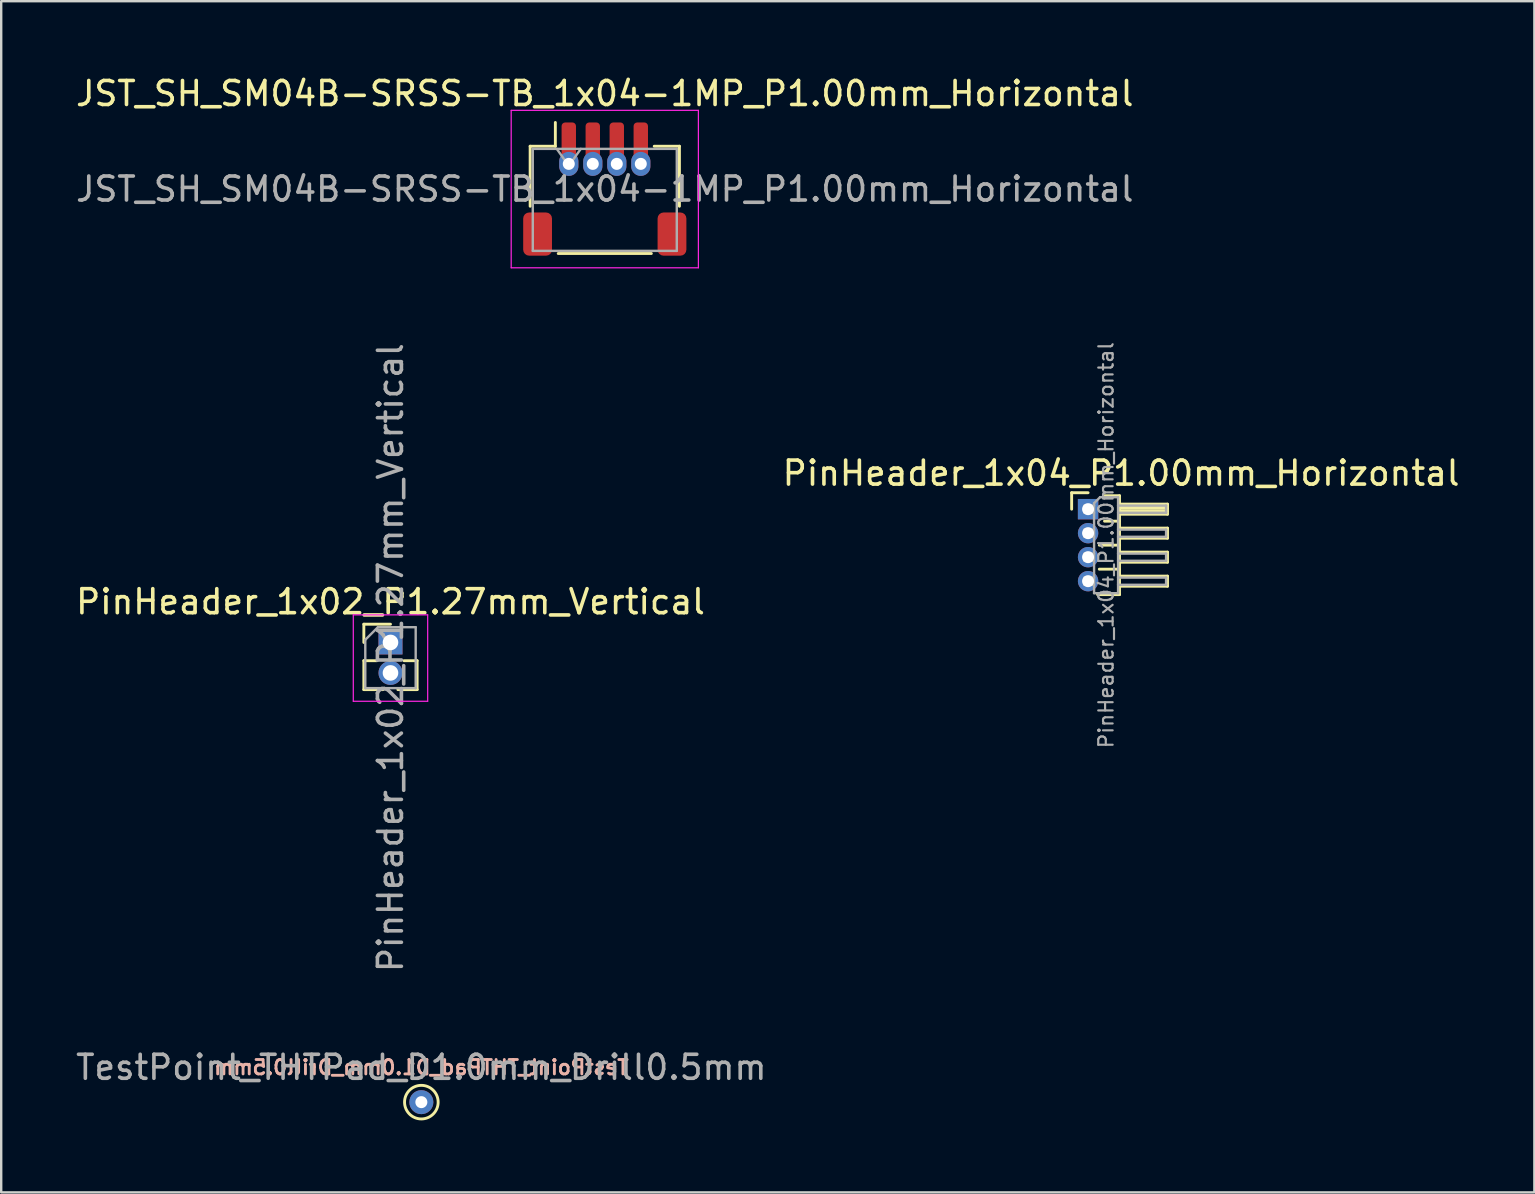
<source format=kicad_pcb>
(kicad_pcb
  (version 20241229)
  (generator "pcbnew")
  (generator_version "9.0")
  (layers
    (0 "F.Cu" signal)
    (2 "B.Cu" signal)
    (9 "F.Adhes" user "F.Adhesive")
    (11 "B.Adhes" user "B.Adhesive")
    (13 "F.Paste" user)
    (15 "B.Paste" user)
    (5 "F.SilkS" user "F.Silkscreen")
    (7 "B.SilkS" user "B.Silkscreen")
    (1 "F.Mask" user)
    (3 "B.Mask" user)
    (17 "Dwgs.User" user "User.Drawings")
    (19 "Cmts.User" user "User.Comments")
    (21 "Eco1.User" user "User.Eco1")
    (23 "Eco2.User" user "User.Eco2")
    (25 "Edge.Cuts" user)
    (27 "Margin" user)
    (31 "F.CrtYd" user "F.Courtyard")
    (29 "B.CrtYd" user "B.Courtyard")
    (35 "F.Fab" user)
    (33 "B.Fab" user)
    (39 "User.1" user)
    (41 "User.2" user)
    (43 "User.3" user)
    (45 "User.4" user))
  (footprint "TestPoint_THTPad_D1.0mm_Drill0.5mm"
    (layer "F.Cu")
    (at 14.506 42.872)
    (property "Reference" "TestPoint_THTPad_D1.0mm_Drill0.5mm" (at 0 -1.448 0) (layer "B.SilkS") (effects (font (size 0.6 0.6) (thickness 0.12)) (justify mirror)))
    (attr exclude_from_pos_files exclude_from_bom)
    (fp_circle (center 0 0) (end 0 0.7) (stroke (width 0.12) (type solid)) (fill no) (layer "F.SilkS"))
    (fp_text user "${REFERENCE}" (at 0 -1.45 0) (layer "F.Fab") (effects (font (size 1 1) (thickness 0.15))))
    (pad "1" thru_hole circle (at 0 0) (size 1 1) (drill 0.5) (layers "*.Cu" "*.Mask")))
  (footprint "PinHeader_1x04_P1.00mm_Horizontal"
    (layer "F.Cu")
    (at 42.286 18.165)
    (property "Reference" "PinHeader_1x04_P1.00mm_Horizontal" (at 1.375 -1.5 180) (layer "F.SilkS") (effects (font (size 1 1) (thickness 0.15))))
    (attr through_hole)
    (fp_line (start -0.685 -0.685) (end 0 -0.685) (stroke (width 0.12) (type solid)) (layer "F.SilkS"))
    (fp_line (start -0.685 0) (end -0.685 -0.685) (stroke (width 0.12) (type solid)) (layer "F.SilkS"))
    (fp_line (start 0.468 1.5) (end 1.31 1.5) (stroke (width 0.12) (type solid)) (layer "F.SilkS"))
    (fp_line (start 0.468 2.5) (end 1.31 2.5) (stroke (width 0.12) (type solid)) (layer "F.SilkS"))
    (fp_line (start 0.685 -0.56) (end 1.31 -0.56) (stroke (width 0.12) (type solid)) (layer "F.SilkS"))
    (fp_line (start 0.685 0.5) (end 1.31 0.5) (stroke (width 0.12) (type solid)) (layer "F.SilkS"))
    (fp_line (start 1.31 -0.56) (end 1.31 3.56) (stroke (width 0.12) (type solid)) (layer "F.SilkS"))
    (fp_line (start 1.31 -0.21) (end 3.31 -0.21) (stroke (width 0.12) (type solid)) (layer "F.SilkS"))
    (fp_line (start 1.31 -0.15) (end 3.31 -0.15) (stroke (width 0.12) (type solid)) (layer "F.SilkS"))
    (fp_line (start 1.31 -0.03) (end 3.31 -0.03) (stroke (width 0.12) (type solid)) (layer "F.SilkS"))
    (fp_line (start 1.31 0.09) (end 3.31 0.09) (stroke (width 0.12) (type solid)) (layer "F.SilkS"))
    (fp_line (start 1.31 0.79) (end 3.31 0.79) (stroke (width 0.12) (type solid)) (layer "F.SilkS"))
    (fp_line (start 1.31 1.79) (end 3.31 1.79) (stroke (width 0.12) (type solid)) (layer "F.SilkS"))
    (fp_line (start 1.31 2.79) (end 3.31 2.79) (stroke (width 0.12) (type solid)) (layer "F.SilkS"))
    (fp_line (start 1.31 3.56) (end 0.394 3.56) (stroke (width 0.12) (type solid)) (layer "F.SilkS"))
    (fp_line (start 3.31 -0.21) (end 3.31 0.21) (stroke (width 0.12) (type solid)) (layer "F.SilkS"))
    (fp_line (start 3.31 0.21) (end 1.31 0.21) (stroke (width 0.12) (type solid)) (layer "F.SilkS"))
    (fp_line (start 3.31 0.79) (end 3.31 1.21) (stroke (width 0.12) (type solid)) (layer "F.SilkS"))
    (fp_line (start 3.31 1.21) (end 1.31 1.21) (stroke (width 0.12) (type solid)) (layer "F.SilkS"))
    (fp_line (start 3.31 1.79) (end 3.31 2.21) (stroke (width 0.12) (type solid)) (layer "F.SilkS"))
    (fp_line (start 3.31 2.21) (end 1.31 2.21) (stroke (width 0.12) (type solid)) (layer "F.SilkS"))
    (fp_line (start 3.31 2.79) (end 3.31 3.21) (stroke (width 0.12) (type solid)) (layer "F.SilkS"))
    (fp_line (start 3.31 3.21) (end 1.31 3.21) (stroke (width 0.12) (type solid)) (layer "F.SilkS"))
    (fp_line (start -0.15 -0.15) (end -0.15 0.15) (stroke (width 0.1) (type solid)) (layer "F.Fab"))
    (fp_line (start -0.15 -0.15) (end 0.25 -0.15) (stroke (width 0.1) (type solid)) (layer "F.Fab"))
    (fp_line (start -0.15 0.15) (end 0.25 0.15) (stroke (width 0.1) (type solid)) (layer "F.Fab"))
    (fp_line (start -0.15 0.85) (end -0.15 1.15) (stroke (width 0.1) (type solid)) (layer "F.Fab"))
    (fp_line (start -0.15 0.85) (end 0.25 0.85) (stroke (width 0.1) (type solid)) (layer "F.Fab"))
    (fp_line (start -0.15 1.15) (end 0.25 1.15) (stroke (width 0.1) (type solid)) (layer "F.Fab"))
    (fp_line (start -0.15 1.85) (end -0.15 2.15) (stroke (width 0.1) (type solid)) (layer "F.Fab"))
    (fp_line (start -0.15 1.85) (end 0.25 1.85) (stroke (width 0.1) (type solid)) (layer "F.Fab"))
    (fp_line (start -0.15 2.15) (end 0.25 2.15) (stroke (width 0.1) (type solid)) (layer "F.Fab"))
    (fp_line (start -0.15 2.85) (end -0.15 3.15) (stroke (width 0.1) (type solid)) (layer "F.Fab"))
    (fp_line (start -0.15 2.85) (end 0.25 2.85) (stroke (width 0.1) (type solid)) (layer "F.Fab"))
    (fp_line (start -0.15 3.15) (end 0.25 3.15) (stroke (width 0.1) (type solid)) (layer "F.Fab"))
    (fp_line (start 0.25 -0.25) (end 0.5 -0.5) (stroke (width 0.1) (type solid)) (layer "F.Fab"))
    (fp_line (start 0.25 3.5) (end 0.25 -0.25) (stroke (width 0.1) (type solid)) (layer "F.Fab"))
    (fp_line (start 0.5 -0.5) (end 1.25 -0.5) (stroke (width 0.1) (type solid)) (layer "F.Fab"))
    (fp_line (start 1.25 -0.5) (end 1.25 3.5) (stroke (width 0.1) (type solid)) (layer "F.Fab"))
    (fp_line (start 1.25 -0.15) (end 3.25 -0.15) (stroke (width 0.1) (type solid)) (layer "F.Fab"))
    (fp_line (start 1.25 0.15) (end 3.25 0.15) (stroke (width 0.1) (type solid)) (layer "F.Fab"))
    (fp_line (start 1.25 0.85) (end 3.25 0.85) (stroke (width 0.1) (type solid)) (layer "F.Fab"))
    (fp_line (start 1.25 1.15) (end 3.25 1.15) (stroke (width 0.1) (type solid)) (layer "F.Fab"))
    (fp_line (start 1.25 1.85) (end 3.25 1.85) (stroke (width 0.1) (type solid)) (layer "F.Fab"))
    (fp_line (start 1.25 2.15) (end 3.25 2.15) (stroke (width 0.1) (type solid)) (layer "F.Fab"))
    (fp_line (start 1.25 2.85) (end 3.25 2.85) (stroke (width 0.1) (type solid)) (layer "F.Fab"))
    (fp_line (start 1.25 3.15) (end 3.25 3.15) (stroke (width 0.1) (type solid)) (layer "F.Fab"))
    (fp_line (start 1.25 3.5) (end 0.25 3.5) (stroke (width 0.1) (type solid)) (layer "F.Fab"))
    (fp_line (start 3.25 -0.15) (end 3.25 0.15) (stroke (width 0.1) (type solid)) (layer "F.Fab"))
    (fp_line (start 3.25 0.85) (end 3.25 1.15) (stroke (width 0.1) (type solid)) (layer "F.Fab"))
    (fp_line (start 3.25 1.85) (end 3.25 2.15) (stroke (width 0.1) (type solid)) (layer "F.Fab"))
    (fp_line (start 3.25 2.85) (end 3.25 3.15) (stroke (width 0.1) (type solid)) (layer "F.Fab"))
    (fp_text user "${REFERENCE}" (at 0.75 1.5 270) (layer "F.Fab") (effects (font (size 0.6 0.6) (thickness 0.09))))
    (pad "1" thru_hole rect (at 0 0) (size 0.85 0.85) (drill 0.5) (layers "*.Cu" "*.Mask"))
    (pad "2" thru_hole oval (at 0 1) (size 0.85 0.85) (drill 0.5) (layers "*.Cu" "*.Mask"))
    (pad "3" thru_hole oval (at 0 2) (size 0.85 0.85) (drill 0.5) (layers "*.Cu" "*.Mask"))
    (pad "4" thru_hole oval (at 0 3) (size 0.85 0.85) (drill 0.5) (layers "*.Cu" "*.Mask")))
  (footprint "JST_SH_SM04B-SRSS-TB_1x04-1MP_P1.00mm_Horizontal"
    (layer "F.Cu")
    (at 22.149 4.828)
    (property "Reference" "JST_SH_SM04B-SRSS-TB_1x04-1MP_P1.00mm_Horizontal" (at 0 -3.98 0) (layer "F.SilkS") (effects (font (size 1 1) (thickness 0.15))))
    (attr smd)
    (fp_line (start -3.11 -1.785) (end -2.06 -1.785) (stroke (width 0.12) (type solid)) (layer "F.SilkS"))
    (fp_line (start -3.11 0.715) (end -3.11 -1.785) (stroke (width 0.12) (type solid)) (layer "F.SilkS"))
    (fp_line (start -2.06 -1.785) (end -2.06 -2.775) (stroke (width 0.12) (type solid)) (layer "F.SilkS"))
    (fp_line (start -1.94 2.685) (end 1.94 2.685) (stroke (width 0.12) (type solid)) (layer "F.SilkS"))
    (fp_line (start 3.11 -1.785) (end 2.06 -1.785) (stroke (width 0.12) (type solid)) (layer "F.SilkS"))
    (fp_line (start 3.11 0.715) (end 3.11 -1.785) (stroke (width 0.12) (type solid)) (layer "F.SilkS"))
    (fp_line (start -3.9 -3.28) (end -3.9 3.28) (stroke (width 0.05) (type solid)) (layer "F.CrtYd"))
    (fp_line (start -3.9 3.28) (end 3.9 3.28) (stroke (width 0.05) (type solid)) (layer "F.CrtYd"))
    (fp_line (start 3.9 -3.28) (end -3.9 -3.28) (stroke (width 0.05) (type solid)) (layer "F.CrtYd"))
    (fp_line (start 3.9 3.28) (end 3.9 -3.28) (stroke (width 0.05) (type solid)) (layer "F.CrtYd"))
    (fp_line (start -3 -1.675) (end -3 2.575) (stroke (width 0.1) (type solid)) (layer "F.Fab"))
    (fp_line (start -3 -1.675) (end 3 -1.675) (stroke (width 0.1) (type solid)) (layer "F.Fab"))
    (fp_line (start -3 2.575) (end 3 2.575) (stroke (width 0.1) (type solid)) (layer "F.Fab"))
    (fp_line (start -2 -1.675) (end -1.5 -0.968) (stroke (width 0.1) (type solid)) (layer "F.Fab"))
    (fp_line (start -1.5 -0.968) (end -1 -1.675) (stroke (width 0.1) (type solid)) (layer "F.Fab"))
    (fp_line (start 3 -1.675) (end 3 2.575) (stroke (width 0.1) (type solid)) (layer "F.Fab"))
    (fp_text user "${REFERENCE}" (at 0 0 0) (layer "F.Fab") (effects (font (size 1 1) (thickness 0.15))))
    (pad "1" smd roundrect (at -1.5 -2) (size 0.6 1.55) (layers "F.Cu" "F.Mask" "F.Paste") (roundrect_rratio 0.25))
    (pad "1" thru_hole oval (at -1.5 -1.05) (size 0.8 1) (drill 0.5) (layers "*.Cu" "*.Mask"))
    (pad "2" smd roundrect (at -0.5 -2) (size 0.6 1.55) (layers "F.Cu" "F.Mask" "F.Paste") (roundrect_rratio 0.25))
    (pad "2" thru_hole oval (at -0.5 -1.05) (size 0.8 1) (drill 0.5) (layers "*.Cu" "*.Mask"))
    (pad "3" smd roundrect (at 0.5 -2) (size 0.6 1.55) (layers "F.Cu" "F.Mask" "F.Paste") (roundrect_rratio 0.25))
    (pad "3" thru_hole oval (at 0.5 -1.05) (size 0.8 1) (drill 0.5) (layers "*.Cu" "*.Mask"))
    (pad "4" smd roundrect (at 1.5 -2) (size 0.6 1.55) (layers "F.Cu" "F.Mask" "F.Paste") (roundrect_rratio 0.25))
    (pad "4" thru_hole oval (at 1.5 -1.05) (size 0.8 1) (drill 0.5) (layers "*.Cu" "*.Mask"))
    (pad "MP" smd roundrect (at -2.8 1.875) (size 1.2 1.8) (layers "F.Cu" "F.Mask" "F.Paste") (roundrect_rratio 0.208))
    (pad "MP" smd roundrect (at 2.8 1.875) (size 1.2 1.8) (layers "F.Cu" "F.Mask" "F.Paste") (roundrect_rratio 0.208)))
  (footprint "PinHeader_1x02_P1.27mm_Vertical"
    (layer "F.Cu")
    (at 13.22 23.718)
    (property "Reference" "PinHeader_1x02_P1.27mm_Vertical" (at 0 -1.695 0) (layer "F.SilkS") (effects (font (size 1 1) (thickness 0.15))))
    (attr through_hole)
    (fp_line (start -1.11 -0.76) (end 0 -0.76) (stroke (width 0.12) (type solid)) (layer "F.SilkS"))
    (fp_line (start -1.11 0) (end -1.11 -0.76) (stroke (width 0.12) (type solid)) (layer "F.SilkS"))
    (fp_line (start -1.11 0.76) (end -1.11 1.965) (stroke (width 0.12) (type solid)) (layer "F.SilkS"))
    (fp_line (start -1.11 0.76) (end -0.563 0.76) (stroke (width 0.12) (type solid)) (layer "F.SilkS"))
    (fp_line (start -1.11 1.965) (end -0.308 1.965) (stroke (width 0.12) (type solid)) (layer "F.SilkS"))
    (fp_line (start 0.308 1.965) (end 1.11 1.965) (stroke (width 0.12) (type solid)) (layer "F.SilkS"))
    (fp_line (start 0.563 0.76) (end 1.11 0.76) (stroke (width 0.12) (type solid)) (layer "F.SilkS"))
    (fp_line (start 1.11 0.76) (end 1.11 1.965) (stroke (width 0.12) (type solid)) (layer "F.SilkS"))
    (fp_line (start -1.55 -1.15) (end -1.55 2.45) (stroke (width 0.05) (type solid)) (layer "F.CrtYd"))
    (fp_line (start -1.55 2.45) (end 1.55 2.45) (stroke (width 0.05) (type solid)) (layer "F.CrtYd"))
    (fp_line (start 1.55 -1.15) (end -1.55 -1.15) (stroke (width 0.05) (type solid)) (layer "F.CrtYd"))
    (fp_line (start 1.55 2.45) (end 1.55 -1.15) (stroke (width 0.05) (type solid)) (layer "F.CrtYd"))
    (fp_line (start -1.05 -0.11) (end -0.525 -0.635) (stroke (width 0.1) (type solid)) (layer "F.Fab"))
    (fp_line (start -1.05 1.905) (end -1.05 -0.11) (stroke (width 0.1) (type solid)) (layer "F.Fab"))
    (fp_line (start -0.525 -0.635) (end 1.05 -0.635) (stroke (width 0.1) (type solid)) (layer "F.Fab"))
    (fp_line (start 1.05 -0.635) (end 1.05 1.905) (stroke (width 0.1) (type solid)) (layer "F.Fab"))
    (fp_line (start 1.05 1.905) (end -1.05 1.905) (stroke (width 0.1) (type solid)) (layer "F.Fab"))
    (fp_text user "${REFERENCE}" (at 0 0.635 90) (layer "F.Fab") (effects (font (size 1 1) (thickness 0.15))))
    (pad "1" thru_hole rect (at 0 0) (size 1 1) (drill 0.65) (layers "*.Cu" "*.Mask"))
    (pad "2" thru_hole oval (at 0 1.27) (size 1 1) (drill 0.65) (layers "*.Cu" "*.Mask")))
  (gr_rect
    (start -3 -3)
    (end 60.881 46.632)
    (stroke (width 0.1) (type default))
    (fill no)
    (layer "Edge.Cuts")))
</source>
